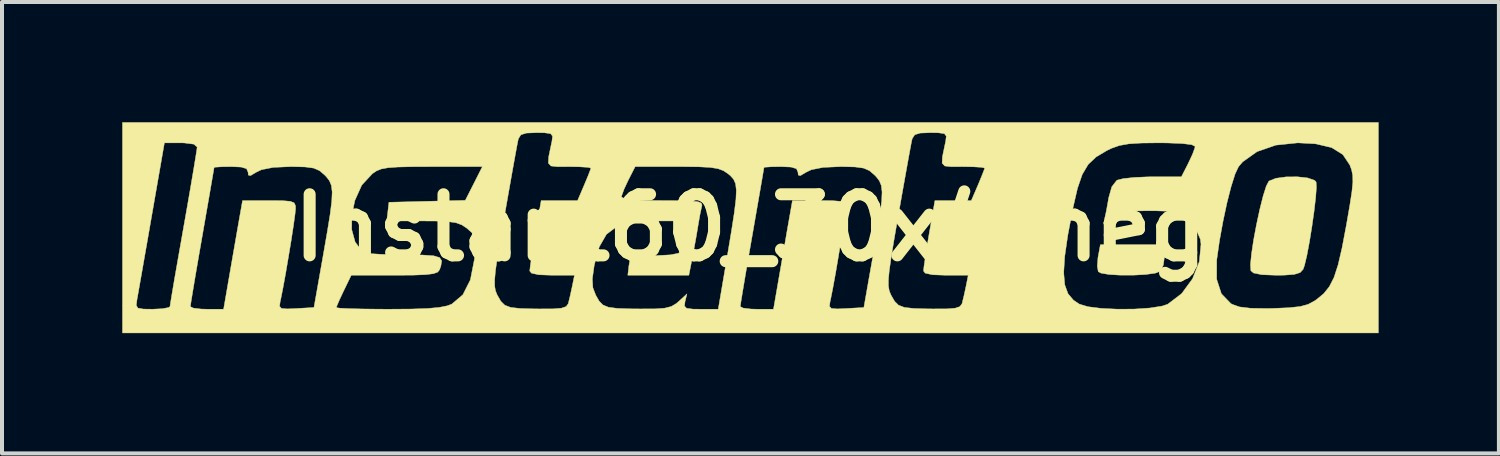
<source format=kicad_pcb>
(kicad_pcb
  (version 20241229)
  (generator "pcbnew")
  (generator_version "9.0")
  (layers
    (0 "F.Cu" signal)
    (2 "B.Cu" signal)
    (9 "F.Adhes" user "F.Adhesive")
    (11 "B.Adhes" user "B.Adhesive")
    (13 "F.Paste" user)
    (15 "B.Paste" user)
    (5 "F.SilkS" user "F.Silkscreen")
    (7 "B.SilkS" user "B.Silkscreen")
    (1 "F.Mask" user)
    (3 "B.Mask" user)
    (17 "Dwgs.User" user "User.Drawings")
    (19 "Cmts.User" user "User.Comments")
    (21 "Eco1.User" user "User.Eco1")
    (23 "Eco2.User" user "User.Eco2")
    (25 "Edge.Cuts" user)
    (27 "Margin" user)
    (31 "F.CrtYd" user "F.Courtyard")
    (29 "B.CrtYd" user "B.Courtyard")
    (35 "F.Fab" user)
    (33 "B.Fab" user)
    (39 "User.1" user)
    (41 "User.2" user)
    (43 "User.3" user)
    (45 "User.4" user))
  (footprint "Instant60_30x4_neg"
    (layer "F.Cu")
    (at 15.668 2.63)
    (property "Reference" "Instant60_30x4_neg" (at 0 0 0) (layer "F.SilkS") (effects (font (size 1.524 1.524) (thickness 0.3))))
    (attr through_hole)
    (fp_poly (pts (xy 10.329 0.703) (xy 10.3 0.927) (xy 10.23 1.081) (xy 10.228 1.084) (xy 10.098 1.133) (xy 9.855 1.167) (xy 9.549 1.183) (xy 9.228 1.183) (xy 8.942 1.166) (xy 8.741 1.131) (xy 8.675 1.095) (xy 8.652 0.957) (xy 8.669 0.739) (xy 8.674 0.714) (xy 8.728 0.423) (xy 10.329 0.423) (xy 10.329 0.703)) (stroke (width 0.01) (type solid)) (fill yes) (layer "F.SilkS"))
    (fp_poly (pts (xy 13.901 -1.241) (xy 14.073 -1.181) (xy 14.11 -1.139) (xy 14.117 -1.004) (xy 14.098 -0.745) (xy 14.058 -0.405) (xy 14.004 -0.024) (xy 13.943 0.354) (xy 13.88 0.688) (xy 13.821 0.936) (xy 13.786 1.037) (xy 13.711 1.118) (xy 13.566 1.164) (xy 13.311 1.183) (xy 13.118 1.185) (xy 12.759 1.172) (xy 12.551 1.13) (xy 12.482 1.073) (xy 12.472 0.922) (xy 12.498 0.653) (xy 12.55 0.306) (xy 12.622 -0.077) (xy 12.704 -0.457) (xy 12.788 -0.791) (xy 12.867 -1.04) (xy 12.932 -1.163) (xy 12.933 -1.164) (xy 13.106 -1.233) (xy 13.362 -1.268) (xy 13.645 -1.27) (xy 13.901 -1.241)) (stroke (width 0.01) (type solid)) (fill yes) (layer "F.SilkS"))
    (fp_poly (pts (xy 15.663 2.625) (xy -15.663 2.625) (xy -15.663 1.936) (xy -15.319 1.936) (xy -15.278 2.005) (xy -15.14 2.029) (xy -14.912 2.032) (xy -14.667 2.02) (xy -14.51 1.99) (xy -14.481 1.968) (xy -13.97 1.968) (xy -13.894 2.005) (xy -13.7 2.028) (xy -13.555 2.032) (xy -13.141 2.032) (xy -13.042 1.46) (xy -12.98 1.102) (xy -12.903 0.658) (xy -12.825 0.212) (xy -12.807 0.106) (xy -12.669 -0.677) (xy -12.007 -0.677) (xy -11.676 -0.675) (xy -11.479 -0.659) (xy -11.381 -0.621) (xy -11.348 -0.55) (xy -11.345 -0.48) (xy -11.36 -0.331) (xy -11.398 -0.056) (xy -11.453 0.304) (xy -11.52 0.707) (xy -11.589 1.114) (xy -11.656 1.482) (xy -11.713 1.771) (xy -11.73 1.846) (xy -11.745 1.959) (xy -11.697 2.013) (xy -11.549 2.025) (xy -11.331 2.015) (xy -10.927 1.992) (xy -10.329 1.992) (xy -10.249 2.006) (xy -10.029 2.017) (xy -9.697 2.026) (xy -9.281 2.031) (xy -9.013 2.032) (xy -8.46 2.028) (xy -8.051 2.014) (xy -7.76 1.987) (xy -7.559 1.947) (xy -7.448 1.904) (xy -7.173 1.671) (xy -6.986 1.301) (xy -6.985 1.296) (xy -6.38 1.296) (xy -6.38 1.456) (xy -6.359 1.572) (xy -6.321 1.668) (xy -6.312 1.685) (xy -6.225 1.835) (xy -6.127 1.932) (xy -5.981 1.988) (xy -5.749 2.014) (xy -5.394 2.024) (xy -5.276 2.025) (xy -4.927 2.024) (xy -4.712 2.006) (xy -4.596 1.966) (xy -4.546 1.896) (xy -4.542 1.884) (xy -4.496 1.696) (xy -4.445 1.46) (xy -4.408 1.279) (xy -3.944 1.279) (xy -3.93 1.496) (xy -3.858 1.683) (xy -3.774 1.83) (xy -3.68 1.926) (xy -3.541 1.983) (xy -3.321 2.012) (xy -2.985 2.023) (xy -2.757 2.025) (xy -2.384 2.024) (xy -2.137 2.006) (xy -1.973 1.964) (xy -1.849 1.89) (xy -1.792 1.841) (xy -1.584 1.651) (xy -1.631 1.841) (xy -1.645 1.953) (xy -1.593 2.009) (xy -1.435 2.03) (xy -1.24 2.032) (xy -0.803 2.032) (xy -0.792 1.968) (xy -0.254 1.968) (xy -0.178 2.005) (xy 0.016 2.028) (xy 0.161 2.032) (xy 0.575 2.032) (xy 0.674 1.46) (xy 0.736 1.102) (xy 0.813 0.658) (xy 0.891 0.212) (xy 0.909 0.106) (xy 1.047 -0.677) (xy 1.709 -0.677) (xy 2.04 -0.675) (xy 2.237 -0.659) (xy 2.335 -0.621) (xy 2.368 -0.55) (xy 2.371 -0.48) (xy 2.356 -0.331) (xy 2.318 -0.056) (xy 2.263 0.304) (xy 2.196 0.707) (xy 2.127 1.114) (xy 2.06 1.482) (xy 2.003 1.771) (xy 1.986 1.846) (xy 1.971 1.959) (xy 2.019 2.013) (xy 2.167 2.025) (xy 2.385 2.015) (xy 2.829 1.99) (xy 2.951 1.296) (xy 3.441 1.296) (xy 3.442 1.456) (xy 3.462 1.572) (xy 3.501 1.668) (xy 3.509 1.685) (xy 3.596 1.835) (xy 3.694 1.932) (xy 3.841 1.988) (xy 4.073 2.014) (xy 4.427 2.024) (xy 4.545 2.025) (xy 4.895 2.024) (xy 5.11 2.006) (xy 5.225 1.966) (xy 5.276 1.896) (xy 5.28 1.884) (xy 5.326 1.696) (xy 5.377 1.46) (xy 5.432 1.185) (xy 4.875 1.185) (xy 4.541 1.173) (xy 4.36 1.133) (xy 4.35 1.121) (xy 7.814 1.121) (xy 7.84 1.423) (xy 7.921 1.645) (xy 8.056 1.806) (xy 8.203 1.905) (xy 8.418 1.97) (xy 8.751 2.012) (xy 9.152 2.031) (xy 9.572 2.029) (xy 9.96 2.003) (xy 10.267 1.955) (xy 10.408 1.908) (xy 10.756 1.643) (xy 11.018 1.285) (xy 11.629 1.285) (xy 11.747 1.647) (xy 11.983 1.891) (xy 12.013 1.909) (xy 12.198 1.975) (xy 12.48 2.009) (xy 12.891 2.015) (xy 13.039 2.012) (xy 13.438 1.995) (xy 13.713 1.965) (xy 13.908 1.912) (xy 14.068 1.827) (xy 14.119 1.792) (xy 14.298 1.645) (xy 14.439 1.47) (xy 14.556 1.24) (xy 14.658 0.926) (xy 14.757 0.5) (xy 14.864 -0.065) (xy 14.868 -0.087) (xy 14.95 -0.56) (xy 15.002 -0.898) (xy 15.026 -1.137) (xy 15.022 -1.308) (xy 14.994 -1.445) (xy 14.95 -1.565) (xy 14.776 -1.825) (xy 14.497 -1.999) (xy 14.096 -2.093) (xy 13.652 -2.117) (xy 13.105 -2.06) (xy 12.637 -1.898) (xy 12.278 -1.644) (xy 12.174 -1.522) (xy 12.089 -1.341) (xy 11.99 -1.028) (xy 11.886 -0.622) (xy 11.787 -0.158) (xy 11.699 0.326) (xy 11.632 0.793) (xy 11.63 0.813) (xy 11.629 1.285) (xy 11.018 1.285) (xy 11.027 1.272) (xy 11.196 0.845) (xy 11.238 0.411) (xy 11.222 0.288) (xy 11.11 0.024) (xy 10.913 -0.207) (xy 10.769 -0.313) (xy 10.62 -0.378) (xy 10.418 -0.411) (xy 10.116 -0.422) (xy 9.926 -0.423) (xy 9.558 -0.418) (xy 9.316 -0.396) (xy 9.154 -0.348) (xy 9.028 -0.266) (xy 8.991 -0.233) (xy 8.854 -0.113) (xy 8.81 -0.106) (xy 8.83 -0.209) (xy 8.831 -0.212) (xy 8.874 -0.402) (xy 8.922 -0.667) (xy 8.934 -0.742) (xy 9.013 -1.021) (xy 9.137 -1.181) (xy 9.146 -1.186) (xy 9.3 -1.225) (xy 9.572 -1.254) (xy 9.913 -1.269) (xy 10.026 -1.27) (xy 10.749 -1.27) (xy 10.92 -1.605) (xy 11.025 -1.829) (xy 11.085 -1.994) (xy 11.091 -2.029) (xy 11.009 -2.071) (xy 10.773 -2.1) (xy 10.396 -2.115) (xy 10.178 -2.117) (xy 9.745 -2.112) (xy 9.435 -2.092) (xy 9.205 -2.051) (xy 9.009 -1.982) (xy 8.892 -1.926) (xy 8.623 -1.766) (xy 8.425 -1.579) (xy 8.277 -1.33) (xy 8.158 -0.985) (xy 8.048 -0.508) (xy 8.041 -0.474) (xy 7.915 0.192) (xy 7.839 0.717) (xy 7.814 1.121) (xy 4.35 1.121) (xy 4.317 1.079) (xy 4.33 0.955) (xy 4.367 0.705) (xy 4.42 0.372) (xy 4.458 0.148) (xy 4.601 -0.677) (xy 5.509 -0.677) (xy 5.676 -1.065) (xy 5.771 -1.295) (xy 5.832 -1.452) (xy 5.842 -1.489) (xy 5.765 -1.507) (xy 5.563 -1.519) (xy 5.29 -1.524) (xy 5.008 -1.522) (xy 4.846 -1.54) (xy 4.781 -1.611) (xy 4.789 -1.772) (xy 4.848 -2.056) (xy 4.87 -2.159) (xy 4.885 -2.284) (xy 4.837 -2.347) (xy 4.686 -2.368) (xy 4.491 -2.371) (xy 4.233 -2.361) (xy 4.098 -2.319) (xy 4.037 -2.225) (xy 4.025 -2.18) (xy 3.998 -2.041) (xy 3.947 -1.764) (xy 3.877 -1.376) (xy 3.793 -0.907) (xy 3.701 -0.385) (xy 3.682 -0.276) (xy 3.581 0.306) (xy 3.509 0.745) (xy 3.463 1.067) (xy 3.441 1.296) (xy 2.951 1.296) (xy 3.061 0.677) (xy 3.162 0.097) (xy 3.233 -0.341) (xy 3.273 -0.662) (xy 3.283 -0.891) (xy 3.264 -1.052) (xy 3.216 -1.17) (xy 3.139 -1.27) (xy 3.094 -1.316) (xy 2.967 -1.424) (xy 2.821 -1.487) (xy 2.609 -1.516) (xy 2.281 -1.524) (xy 2.245 -1.524) (xy 1.813 -1.505) (xy 1.52 -1.447) (xy 1.394 -1.387) (xy 1.247 -1.3) (xy 1.193 -1.312) (xy 1.185 -1.387) (xy 1.148 -1.472) (xy 1.013 -1.513) (xy 0.762 -1.524) (xy 0.52 -1.52) (xy 0.367 -1.51) (xy 0.338 -1.503) (xy 0.324 -1.417) (xy 0.285 -1.189) (xy 0.226 -0.846) (xy 0.15 -0.41) (xy 0.063 0.091) (xy 0.042 0.211) (xy -0.048 0.727) (xy -0.127 1.186) (xy -0.19 1.562) (xy -0.234 1.829) (xy -0.253 1.96) (xy -0.254 1.968) (xy -0.792 1.968) (xy -0.569 0.656) (xy -0.471 0.067) (xy -0.402 -0.379) (xy -0.362 -0.706) (xy -0.352 -0.937) (xy -0.371 -1.097) (xy -0.42 -1.208) (xy -0.497 -1.295) (xy -0.562 -1.349) (xy -0.674 -1.423) (xy -0.808 -1.473) (xy -0.998 -1.504) (xy -1.28 -1.519) (xy -1.686 -1.524) (xy -1.83 -1.524) (xy -2.875 -1.524) (xy -3.046 -1.189) (xy -3.151 -0.965) (xy -3.211 -0.8) (xy -3.217 -0.765) (xy -3.135 -0.725) (xy -2.895 -0.696) (xy -2.508 -0.68) (xy -2.196 -0.677) (xy -1.765 -0.675) (xy -1.478 -0.667) (xy -1.307 -0.648) (xy -1.226 -0.614) (xy -1.208 -0.562) (xy -1.215 -0.529) (xy -1.254 -0.351) (xy -1.299 -0.098) (xy -1.308 -0.042) (xy -1.357 0.25) (xy -1.421 0.596) (xy -1.448 0.741) (xy -1.536 1.185) (xy -3.059 1.185) (xy -3.032 0.953) (xy -3.012 0.835) (xy -2.959 0.764) (xy -2.837 0.726) (xy -2.609 0.706) (xy -2.349 0.695) (xy -2.003 0.677) (xy -1.797 0.638) (xy -1.704 0.55) (xy -1.695 0.383) (xy -1.743 0.111) (xy -1.746 0.095) (xy -1.799 -0.169) (xy -2.445 -0.169) (xy -2.953 -0.139) (xy -3.326 -0.035) (xy -3.59 0.163) (xy -3.77 0.475) (xy -3.892 0.92) (xy -3.901 0.97) (xy -3.944 1.279) (xy -4.408 1.279) (xy -4.389 1.185) (xy -4.946 1.185) (xy -5.281 1.173) (xy -5.461 1.133) (xy -5.505 1.079) (xy -5.491 0.955) (xy -5.455 0.705) (xy -5.401 0.372) (xy -5.363 0.148) (xy -5.22 -0.677) (xy -4.312 -0.677) (xy -4.146 -1.065) (xy -4.05 -1.295) (xy -3.99 -1.452) (xy -3.979 -1.489) (xy -4.057 -1.507) (xy -4.259 -1.519) (xy -4.531 -1.524) (xy -4.813 -1.522) (xy -4.975 -1.54) (xy -5.041 -1.611) (xy -5.032 -1.772) (xy -4.973 -2.056) (xy -4.951 -2.159) (xy -4.936 -2.284) (xy -4.984 -2.347) (xy -5.135 -2.368) (xy -5.331 -2.371) (xy -5.588 -2.361) (xy -5.724 -2.319) (xy -5.785 -2.225) (xy -5.797 -2.18) (xy -5.824 -2.041) (xy -5.875 -1.764) (xy -5.945 -1.376) (xy -6.028 -0.907) (xy -6.12 -0.385) (xy -6.14 -0.276) (xy -6.24 0.306) (xy -6.313 0.745) (xy -6.359 1.067) (xy -6.38 1.296) (xy -6.985 1.296) (xy -6.885 0.788) (xy -6.879 0.717) (xy -6.861 0.425) (xy -6.878 0.247) (xy -6.943 0.128) (xy -7.071 0.014) (xy -7.197 -0.07) (xy -7.343 -0.124) (xy -7.549 -0.154) (xy -7.854 -0.167) (xy -8.187 -0.169) (xy -9.071 -0.169) (xy -9.044 -0.402) (xy -9.017 -0.635) (xy -8.065 -0.659) (xy -7.112 -0.683) (xy -6.899 -1.103) (xy -6.686 -1.524) (xy -7.946 -1.524) (xy -8.44 -1.522) (xy -8.795 -1.514) (xy -9.041 -1.496) (xy -9.209 -1.465) (xy -9.328 -1.417) (xy -9.43 -1.348) (xy -9.431 -1.347) (xy -9.695 -1.062) (xy -9.866 -0.682) (xy -9.942 -0.322) (xy -9.946 0.043) (xy -9.86 0.355) (xy -9.699 0.571) (xy -9.606 0.625) (xy -9.467 0.647) (xy -9.202 0.664) (xy -8.852 0.675) (xy -8.587 0.677) (xy -8.171 0.681) (xy -7.901 0.7) (xy -7.752 0.745) (xy -7.701 0.827) (xy -7.722 0.956) (xy -7.756 1.051) (xy -7.802 1.108) (xy -7.908 1.146) (xy -8.1 1.17) (xy -8.406 1.182) (xy -8.853 1.185) (xy -8.882 1.185) (xy -9.957 1.185) (xy -10.143 1.569) (xy -10.25 1.796) (xy -10.317 1.953) (xy -10.329 1.992) (xy -10.927 1.992) (xy -10.887 1.99) (xy -10.655 0.677) (xy -10.554 0.097) (xy -10.483 -0.341) (xy -10.443 -0.662) (xy -10.433 -0.891) (xy -10.452 -1.052) (xy -10.5 -1.17) (xy -10.577 -1.27) (xy -10.622 -1.316) (xy -10.749 -1.424) (xy -10.895 -1.487) (xy -11.107 -1.516) (xy -11.435 -1.524) (xy -11.471 -1.524) (xy -11.903 -1.505) (xy -12.196 -1.447) (xy -12.322 -1.387) (xy -12.469 -1.3) (xy -12.523 -1.312) (xy -12.531 -1.387) (xy -12.568 -1.472) (xy -12.703 -1.513) (xy -12.954 -1.524) (xy -13.196 -1.52) (xy -13.349 -1.51) (xy -13.378 -1.503) (xy -13.392 -1.417) (xy -13.431 -1.189) (xy -13.49 -0.846) (xy -13.566 -0.41) (xy -13.653 0.091) (xy -13.674 0.211) (xy -13.764 0.727) (xy -13.843 1.186) (xy -13.906 1.562) (xy -13.95 1.829) (xy -13.969 1.96) (xy -13.97 1.968) (xy -14.481 1.968) (xy -14.478 1.966) (xy -14.464 1.867) (xy -14.424 1.625) (xy -14.363 1.266) (xy -14.284 0.814) (xy -14.192 0.293) (xy -14.14 -0.003) (xy -14.043 -0.553) (xy -13.957 -1.051) (xy -13.886 -1.47) (xy -13.834 -1.786) (xy -13.805 -1.973) (xy -13.801 -2.011) (xy -13.882 -2.084) (xy -14.125 -2.115) (xy -14.209 -2.117) (xy -14.617 -2.117) (xy -14.938 -0.275) (xy -15.034 0.277) (xy -15.123 0.784) (xy -15.199 1.219) (xy -15.258 1.553) (xy -15.295 1.76) (xy -15.302 1.799) (xy -15.319 1.936) (xy -15.663 1.936) (xy -15.663 -2.625) (xy 15.663 -2.625) (xy 15.663 2.625)) (stroke (width 0.01) (type solid)) (fill yes) (layer "F.SilkS")))
  (gr_rect
    (start -3 -3)
    (end 34.337 8.259)
    (stroke (width 0.1) (type default))
    (fill no)
    (layer "Edge.Cuts")))
</source>
